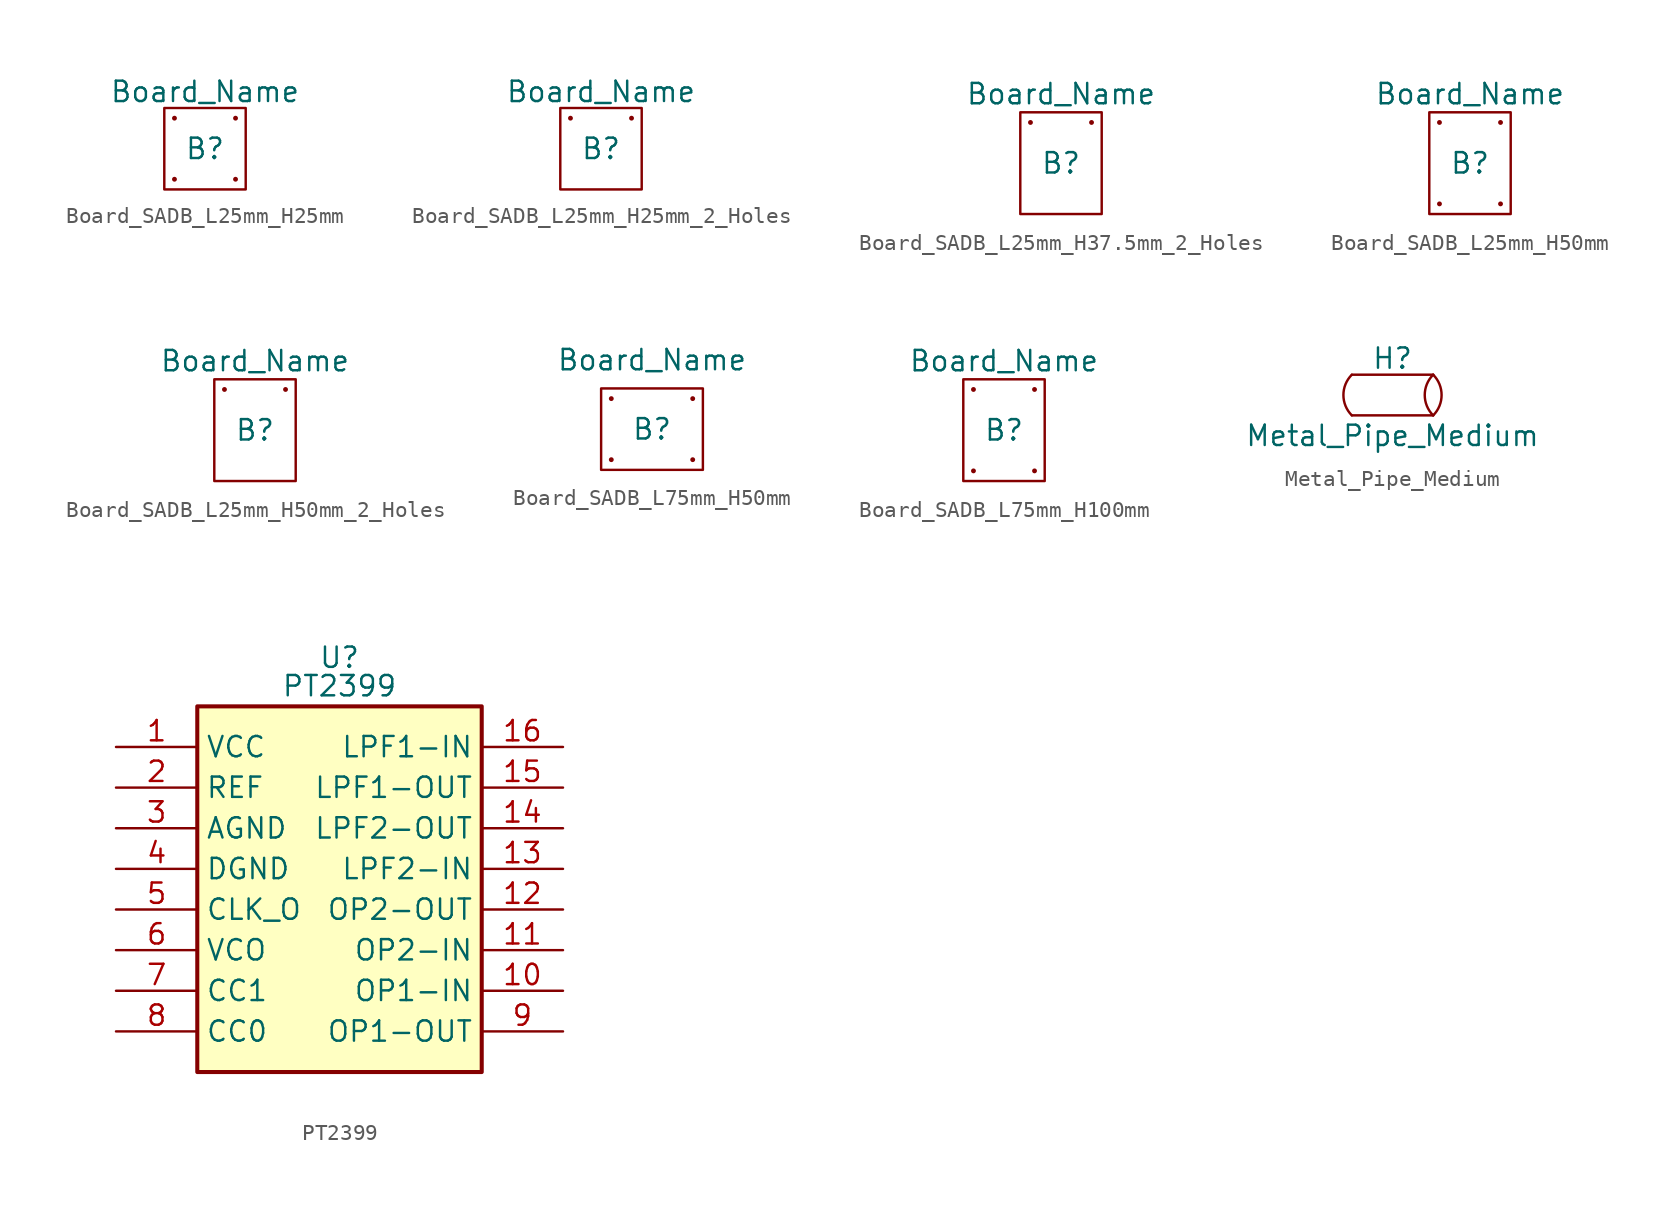
<source format=kicad_sym>
(kicad_symbol_lib
  (version 20241209)
  (generator "kicad_symbol_editor")
  (generator_version "9.0")
  (symbol "Board_SADB_L25mm_H25mm"
    (property "Reference" "B"
      (at 0 0 0)
      (effects (font (size 1.27 1.27))))
    (property "Value" "Board_Name"
      (at 0 3.556 0)
      (effects (font (size 1.27 1.27))))
    (symbol "Board_SADB_L25mm_H25mm_0_1"
      (rectangle (start -2.54 2.54) (end 2.54 -2.54) (stroke (width 0) (type default)) (fill (type none)))
      (circle (center -1.905 1.905) (radius 0.0001) (stroke (width 0) (type default)) (fill (type none)))
      (circle (center -1.905 -1.905) (radius 0.0001) (stroke (width 0) (type default)) (fill (type none)))
      (circle (center 1.905 1.905) (radius 0.0001) (stroke (width 0) (type default)) (fill (type none)))
      (circle (center 1.905 -1.905) (radius 0.0001) (stroke (width 0) (type default)) (fill (type none)))))
  (symbol "Board_SADB_L25mm_H25mm_2_Holes"
    (property "Reference" "B"
      (at 0 0 0)
      (effects (font (size 1.27 1.27))))
    (property "Value" "Board_Name"
      (at 0 3.556 0)
      (effects (font (size 1.27 1.27))))
    (symbol "Board_SADB_L25mm_H25mm_2_Holes_0_1"
      (rectangle (start -2.54 2.54) (end 2.54 -2.54) (stroke (width 0) (type default)) (fill (type none)))
      (circle (center -1.905 1.905) (radius 0.0001) (stroke (width 0) (type default)) (fill (type none)))
      (circle (center 1.905 1.905) (radius 0.0001) (stroke (width 0) (type default)) (fill (type none)))))
  (symbol "Board_SADB_L25mm_H37.5mm_2_Holes"
    (property "Reference" "B"
      (at 0 0 0)
      (effects (font (size 1.27 1.27))))
    (property "Value" "Board_Name"
      (at 0 4.318 0)
      (effects (font (size 1.27 1.27))))
    (symbol "Board_SADB_L25mm_H37.5mm_2_Holes_0_1"
      (rectangle (start -2.54 3.175) (end 2.54 -3.175) (stroke (width 0) (type default)) (fill (type none)))
      (circle (center -1.905 2.54) (radius 0.0001) (stroke (width 0) (type default)) (fill (type none)))
      (circle (center 1.905 2.54) (radius 0.0001) (stroke (width 0) (type default)) (fill (type none)))))
  (symbol "Board_SADB_L25mm_H50mm"
    (property "Reference" "B"
      (at 0 0 0)
      (effects (font (size 1.27 1.27))))
    (property "Value" "Board_Name"
      (at 0 4.318 0)
      (effects (font (size 1.27 1.27))))
    (symbol "Board_SADB_L25mm_H50mm_0_1"
      (rectangle (start -2.54 3.175) (end 2.54 -3.175) (stroke (width 0) (type default)) (fill (type none)))
      (circle (center -1.905 2.54) (radius 0.0001) (stroke (width 0) (type default)) (fill (type none)))
      (circle (center -1.905 -2.54) (radius 0.0001) (stroke (width 0) (type default)) (fill (type none)))
      (circle (center 1.905 2.54) (radius 0.0001) (stroke (width 0) (type default)) (fill (type none)))
      (circle (center 1.905 -2.54) (radius 0.0001) (stroke (width 0) (type default)) (fill (type none)))))
  (symbol "Board_SADB_L25mm_H50mm_2_Holes"
    (property "Reference" "B"
      (at 0 0 0)
      (effects (font (size 1.27 1.27))))
    (property "Value" "Board_Name"
      (at 0 4.318 0)
      (effects (font (size 1.27 1.27))))
    (symbol "Board_SADB_L25mm_H50mm_2_Holes_0_1"
      (rectangle (start -2.54 3.175) (end 2.54 -3.175) (stroke (width 0) (type default)) (fill (type none)))
      (circle (center -1.905 2.54) (radius 0.0001) (stroke (width 0) (type default)) (fill (type none)))
      (circle (center 1.905 2.54) (radius 0.0001) (stroke (width 0) (type default)) (fill (type none)))))
  (symbol "Board_SADB_L75mm_H50mm"
    (property "Reference" "B"
      (at 0 0 0)
      (effects (font (size 1.27 1.27))))
    (property "Value" "Board_Name"
      (at 0 4.318 0)
      (effects (font (size 1.27 1.27))))
    (symbol "Board_SADB_L75mm_H50mm_0_1"
      (rectangle (start -3.175 2.54) (end 3.175 -2.54) (stroke (width 0) (type default)) (fill (type none)))
      (circle (center -2.54 1.905) (radius 0.0001) (stroke (width 0) (type default)) (fill (type none)))
      (circle (center -2.54 -1.905) (radius 0.0001) (stroke (width 0) (type default)) (fill (type none)))
      (circle (center 2.54 1.905) (radius 0.0001) (stroke (width 0) (type default)) (fill (type none)))
      (circle (center 2.54 -1.905) (radius 0.0001) (stroke (width 0) (type default)) (fill (type none)))))
  (symbol "Board_SADB_L75mm_H100mm"
    (property "Reference" "B"
      (at 0 0 0)
      (effects (font (size 1.27 1.27))))
    (property "Value" "Board_Name"
      (at 0 4.318 0)
      (effects (font (size 1.27 1.27))))
    (symbol "Board_SADB_L75mm_H100mm_0_1"
      (rectangle (start -2.54 3.175) (end 2.54 -3.175) (stroke (width 0) (type default)) (fill (type none)))
      (circle (center -1.905 2.54) (radius 0.0001) (stroke (width 0) (type default)) (fill (type none)))
      (circle (center -1.905 -2.54) (radius 0.0001) (stroke (width 0) (type default)) (fill (type none)))
      (circle (center 1.905 2.54) (radius 0.0001) (stroke (width 0) (type default)) (fill (type none)))
      (circle (center 1.905 -2.54) (radius 0.0001) (stroke (width 0) (type default)) (fill (type none)))))
  (symbol "Metal_Pipe_Medium"
    (property "Reference" "H"
      (at 0 2.286 0)
      (effects (font (size 1.27 1.27))))
    (property "Value" "Metal_Pipe_Medium"
      (at 0 -2.54 0)
      (effects (font (size 1.27 1.27))))
    (symbol "Metal_Pipe_Medium_0_1"
      (polyline (pts (xy -2.54 1.27) (xy 2.54 1.27)) (stroke (width 0) (type default)) (fill (type none)))
      (arc (start -2.54 -1.27) (mid -3.0661 0) (end -2.54 1.27) (stroke (width 0) (type default)) (fill (type none)))
      (arc (start 2.54 1.27) (mid 3.0661 0) (end 2.54 -1.27) (stroke (width 0) (type default)) (fill (type none)))
      (polyline (pts (xy 2.54 -1.27) (xy -2.54 -1.27)) (stroke (width 0) (type default)) (fill (type none)))
      (arc (start 2.54 -1.27) (mid 2.0139 0) (end 2.54 1.27) (stroke (width 0) (type default)) (fill (type none)))))
  (symbol "PT2399"
    (property "Reference" "U"
      (at 0 14.478 0)
      (effects (font (size 1.27 1.27))))
    (property "Value" "PT2399"
      (at 0 12.7 0)
      (effects (font (size 1.27 1.27))))
    (symbol "PT2399_0_1"
      (rectangle (start -8.89 11.43) (end 8.89 -11.43) (stroke (width 0.254) (type default)) (fill (type background))))
    (symbol "PT2399_1_1"
      (pin passive line (at -13.97 8.89 0) (length 5.08) (name "VCC" (effects (font (size 1.27 1.27)))) (number "1" (effects (font (size 1.27 1.27)))))
      (pin passive line (at -13.97 6.35 0) (length 5.08) (name "REF" (effects (font (size 1.27 1.27)))) (number "2" (effects (font (size 1.27 1.27)))))
      (pin passive line (at -13.97 3.81 0) (length 5.08) (name "AGND" (effects (font (size 1.27 1.27)))) (number "3" (effects (font (size 1.27 1.27)))))
      (pin passive line (at -13.97 1.27 0) (length 5.08) (name "DGND" (effects (font (size 1.27 1.27)))) (number "4" (effects (font (size 1.27 1.27)))))
      (pin passive line (at -13.97 -1.27 0) (length 5.08) (name "CLK_O" (effects (font (size 1.27 1.27)))) (number "5" (effects (font (size 1.27 1.27)))))
      (pin passive line (at -13.97 -3.81 0) (length 5.08) (name "VCO" (effects (font (size 1.27 1.27)))) (number "6" (effects (font (size 1.27 1.27)))))
      (pin passive line (at -13.97 -6.35 0) (length 5.08) (name "CC1" (effects (font (size 1.27 1.27)))) (number "7" (effects (font (size 1.27 1.27)))))
      (pin passive line (at -13.97 -8.89 0) (length 5.08) (name "CC0" (effects (font (size 1.27 1.27)))) (number "8" (effects (font (size 1.27 1.27)))))
      (pin passive line (at 13.97 8.89 180) (length 5.08) (name "LPF1-IN" (effects (font (size 1.27 1.27)))) (number "16" (effects (font (size 1.27 1.27)))))
      (pin passive line (at 13.97 6.35 180) (length 5.08) (name "LPF1-OUT" (effects (font (size 1.27 1.27)))) (number "15" (effects (font (size 1.27 1.27)))))
      (pin passive line (at 13.97 3.81 180) (length 5.08) (name "LPF2-OUT" (effects (font (size 1.27 1.27)))) (number "14" (effects (font (size 1.27 1.27)))))
      (pin passive line (at 13.97 1.27 180) (length 5.08) (name "LPF2-IN" (effects (font (size 1.27 1.27)))) (number "13" (effects (font (size 1.27 1.27)))))
      (pin passive line (at 13.97 -1.27 180) (length 5.08) (name "OP2-OUT" (effects (font (size 1.27 1.27)))) (number "12" (effects (font (size 1.27 1.27)))))
      (pin passive line (at 13.97 -3.81 180) (length 5.08) (name "OP2-IN" (effects (font (size 1.27 1.27)))) (number "11" (effects (font (size 1.27 1.27)))))
      (pin passive line (at 13.97 -6.35 180) (length 5.08) (name "OP1-IN" (effects (font (size 1.27 1.27)))) (number "10" (effects (font (size 1.27 1.27)))))
      (pin passive line (at 13.97 -8.89 180) (length 5.08) (name "OP1-OUT" (effects (font (size 1.27 1.27)))) (number "9" (effects (font (size 1.27 1.27))))))))
</source>
